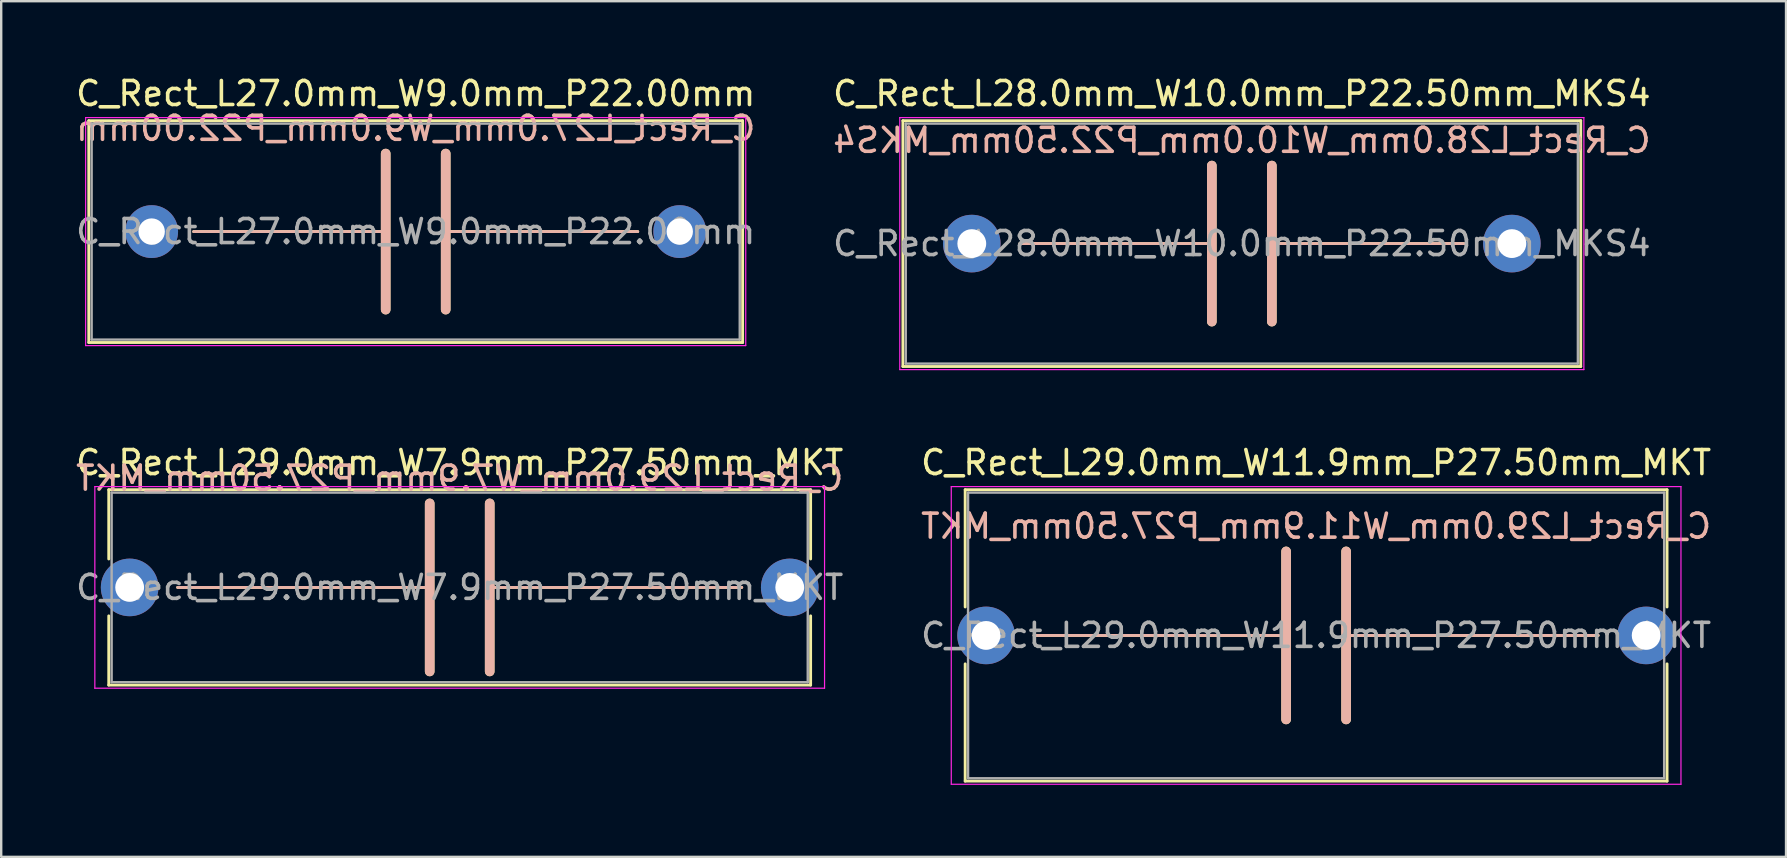
<source format=kicad_pcb>
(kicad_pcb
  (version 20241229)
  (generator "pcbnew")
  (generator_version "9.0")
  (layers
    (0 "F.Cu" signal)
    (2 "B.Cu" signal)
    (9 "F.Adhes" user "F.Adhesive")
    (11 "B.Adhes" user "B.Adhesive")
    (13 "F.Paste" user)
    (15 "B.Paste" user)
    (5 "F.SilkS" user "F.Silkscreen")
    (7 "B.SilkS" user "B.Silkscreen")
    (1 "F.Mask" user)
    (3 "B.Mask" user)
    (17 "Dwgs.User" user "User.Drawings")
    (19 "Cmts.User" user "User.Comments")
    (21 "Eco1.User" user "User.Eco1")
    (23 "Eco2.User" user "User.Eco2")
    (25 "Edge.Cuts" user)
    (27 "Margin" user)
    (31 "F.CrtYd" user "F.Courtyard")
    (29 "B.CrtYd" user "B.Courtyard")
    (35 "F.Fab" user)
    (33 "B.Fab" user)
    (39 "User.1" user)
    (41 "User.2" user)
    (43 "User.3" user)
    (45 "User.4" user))
  (footprint "C_Rect_L28.0mm_W10.0mm_P22.50mm_MKS4"
    (layer "F.Cu")
    (at 37.435 7.098)
    (property "Reference" "C_Rect_L28.0mm_W10.0mm_P22.50mm_MKS4" (at 11.25 -6.25 0) (layer "F.SilkS") (effects (font (size 1 1) (thickness 0.15))))
    (fp_line (start -2.87 -5.12) (end -2.87 5.12) (stroke (width 0.12) (type solid)) (layer "F.SilkS"))
    (fp_line (start -2.87 -5.12) (end 25.37 -5.12) (stroke (width 0.12) (type solid)) (layer "F.SilkS"))
    (fp_line (start -2.87 5.12) (end 25.37 5.12) (stroke (width 0.12) (type solid)) (layer "F.SilkS"))
    (fp_line (start 2 0) (end 10 0) (stroke (width 0.12) (type solid)) (layer "F.SilkS"))
    (fp_line (start 10 -3.25) (end 10 3.25) (stroke (width 0.4) (type solid)) (layer "F.SilkS"))
    (fp_line (start 12.5 -3.25) (end 12.5 3.25) (stroke (width 0.4) (type solid)) (layer "F.SilkS"))
    (fp_line (start 12.5 0) (end 20.5 0) (stroke (width 0.12) (type solid)) (layer "F.SilkS"))
    (fp_line (start 25.37 -5.12) (end 25.37 5.12) (stroke (width 0.12) (type solid)) (layer "F.SilkS"))
    (fp_line (start 2 0) (end 10 0) (stroke (width 0.12) (type solid)) (layer "B.SilkS"))
    (fp_line (start 10 3.25) (end 10 -3.25) (stroke (width 0.4) (type solid)) (layer "B.SilkS"))
    (fp_line (start 12.5 0) (end 20.5 0) (stroke (width 0.12) (type solid)) (layer "B.SilkS"))
    (fp_line (start 12.5 3.25) (end 12.5 -3.25) (stroke (width 0.4) (type solid)) (layer "B.SilkS"))
    (fp_line (start -3 -5.25) (end -3 5.25) (stroke (width 0.05) (type solid)) (layer "F.CrtYd"))
    (fp_line (start -3 5.25) (end 25.5 5.25) (stroke (width 0.05) (type solid)) (layer "F.CrtYd"))
    (fp_line (start 25.5 -5.25) (end -3 -5.25) (stroke (width 0.05) (type solid)) (layer "F.CrtYd"))
    (fp_line (start 25.5 5.25) (end 25.5 -5.25) (stroke (width 0.05) (type solid)) (layer "F.CrtYd"))
    (fp_line (start -2.75 -5) (end -2.75 5) (stroke (width 0.1) (type solid)) (layer "F.Fab"))
    (fp_line (start -2.75 5) (end 25.25 5) (stroke (width 0.1) (type solid)) (layer "F.Fab"))
    (fp_line (start 25.25 -5) (end -2.75 -5) (stroke (width 0.1) (type solid)) (layer "F.Fab"))
    (fp_line (start 25.25 5) (end 25.25 -5) (stroke (width 0.1) (type solid)) (layer "F.Fab"))
    (fp_text user "${REFERENCE}" (at 11.25 -4.3 0) (layer "B.SilkS") (effects (font (size 1 1) (thickness 0.15)) (justify mirror)))
    (fp_text user "${REFERENCE}" (at 11.25 0 0) (layer "F.Fab") (effects (font (size 1 1) (thickness 0.15))))
    (pad "1" thru_hole circle (at 0 0) (size 2.4 2.4) (drill 1.2) (layers "*.Cu" "*.Mask"))
    (pad "2" thru_hole circle (at 22.5 0) (size 2.4 2.4) (drill 1.2) (layers "*.Cu" "*.Mask")))
  (footprint "C_Rect_L27.0mm_W9.0mm_P22.00mm"
    (layer "F.Cu")
    (at 3.268 6.598)
    (property "Reference" "C_Rect_L27.0mm_W9.0mm_P22.00mm" (at 11 -5.75 0) (layer "F.SilkS") (effects (font (size 1 1) (thickness 0.15))))
    (fp_line (start -2.62 -4.62) (end -2.62 4.62) (stroke (width 0.12) (type solid)) (layer "F.SilkS"))
    (fp_line (start -2.62 -4.62) (end 24.62 -4.62) (stroke (width 0.12) (type solid)) (layer "F.SilkS"))
    (fp_line (start -2.62 4.62) (end 24.62 4.62) (stroke (width 0.12) (type solid)) (layer "F.SilkS"))
    (fp_line (start 1.75 0) (end 9.75 0) (stroke (width 0.12) (type solid)) (layer "F.SilkS"))
    (fp_line (start 9.75 -3.25) (end 9.75 3.25) (stroke (width 0.4) (type solid)) (layer "F.SilkS"))
    (fp_line (start 12.25 -3.25) (end 12.25 3.25) (stroke (width 0.4) (type solid)) (layer "F.SilkS"))
    (fp_line (start 12.25 0) (end 20.25 0) (stroke (width 0.12) (type solid)) (layer "F.SilkS"))
    (fp_line (start 24.62 -4.62) (end 24.62 4.62) (stroke (width 0.12) (type solid)) (layer "F.SilkS"))
    (fp_line (start 1.75 0) (end 9.75 0) (stroke (width 0.12) (type solid)) (layer "B.SilkS"))
    (fp_line (start 9.75 3.25) (end 9.75 -3.25) (stroke (width 0.4) (type solid)) (layer "B.SilkS"))
    (fp_line (start 12.25 0) (end 20.25 0) (stroke (width 0.12) (type solid)) (layer "B.SilkS"))
    (fp_line (start 12.25 3.25) (end 12.25 -3.25) (stroke (width 0.4) (type solid)) (layer "B.SilkS"))
    (fp_line (start -2.75 -4.75) (end -2.75 4.75) (stroke (width 0.05) (type solid)) (layer "F.CrtYd"))
    (fp_line (start -2.75 4.75) (end 24.75 4.75) (stroke (width 0.05) (type solid)) (layer "F.CrtYd"))
    (fp_line (start 24.75 -4.75) (end -2.75 -4.75) (stroke (width 0.05) (type solid)) (layer "F.CrtYd"))
    (fp_line (start 24.75 4.75) (end 24.75 -4.75) (stroke (width 0.05) (type solid)) (layer "F.CrtYd"))
    (fp_line (start -2.5 -4.5) (end -2.5 4.5) (stroke (width 0.1) (type solid)) (layer "F.Fab"))
    (fp_line (start -2.5 4.5) (end 24.5 4.5) (stroke (width 0.1) (type solid)) (layer "F.Fab"))
    (fp_line (start 24.5 -4.5) (end -2.5 -4.5) (stroke (width 0.1) (type solid)) (layer "F.Fab"))
    (fp_line (start 24.5 4.5) (end 24.5 -4.5) (stroke (width 0.1) (type solid)) (layer "F.Fab"))
    (fp_text user "${REFERENCE}" (at 11 -4.3 0) (layer "B.SilkS") (effects (font (size 1 1) (thickness 0.15)) (justify mirror)))
    (fp_text user "${REFERENCE}" (at 11 0 0) (layer "F.Fab") (effects (font (size 1 1) (thickness 0.15))))
    (pad "1" thru_hole circle (at 0 0) (size 2.2 2.2) (drill 1.1) (layers "*.Cu" "*.Mask"))
    (pad "2" thru_hole circle (at 22 0) (size 2.2 2.2) (drill 1.1) (layers "*.Cu" "*.Mask")))
  (footprint "C_Rect_L29.0mm_W11.9mm_P27.50mm_MKT"
    (layer "F.Cu")
    (at 38.03 23.422)
    (property "Reference" "C_Rect_L29.0mm_W11.9mm_P27.50mm_MKT" (at 13.75 -7.2 0) (layer "F.SilkS") (effects (font (size 1 1) (thickness 0.15))))
    (fp_line (start -0.87 -6.07) (end -0.87 -1.185) (stroke (width 0.12) (type solid)) (layer "F.SilkS"))
    (fp_line (start -0.87 -6.07) (end 28.37 -6.07) (stroke (width 0.12) (type solid)) (layer "F.SilkS"))
    (fp_line (start -0.87 1.185) (end -0.87 6.07) (stroke (width 0.12) (type solid)) (layer "F.SilkS"))
    (fp_line (start -0.87 6.07) (end 28.37 6.07) (stroke (width 0.12) (type solid)) (layer "F.SilkS"))
    (fp_line (start 2 0) (end 12.5 0) (stroke (width 0.12) (type solid)) (layer "F.SilkS"))
    (fp_line (start 12.5 -3.5) (end 12.5 3.5) (stroke (width 0.4) (type solid)) (layer "F.SilkS"))
    (fp_line (start 15 -3.5) (end 15 3.5) (stroke (width 0.4) (type solid)) (layer "F.SilkS"))
    (fp_line (start 15 0) (end 25.5 0) (stroke (width 0.12) (type solid)) (layer "F.SilkS"))
    (fp_line (start 28.37 -6.07) (end 28.37 -1.185) (stroke (width 0.12) (type solid)) (layer "F.SilkS"))
    (fp_line (start 28.37 1.185) (end 28.37 6.07) (stroke (width 0.12) (type solid)) (layer "F.SilkS"))
    (fp_line (start 2 0) (end 12.5 0) (stroke (width 0.12) (type solid)) (layer "B.SilkS"))
    (fp_line (start 12.5 3.5) (end 12.5 -3.5) (stroke (width 0.4) (type solid)) (layer "B.SilkS"))
    (fp_line (start 15 0) (end 25.5 0) (stroke (width 0.12) (type solid)) (layer "B.SilkS"))
    (fp_line (start 15 3.5) (end 15 -3.5) (stroke (width 0.4) (type solid)) (layer "B.SilkS"))
    (fp_line (start -1.45 -6.2) (end -1.45 6.2) (stroke (width 0.05) (type solid)) (layer "F.CrtYd"))
    (fp_line (start -1.45 6.2) (end 28.95 6.2) (stroke (width 0.05) (type solid)) (layer "F.CrtYd"))
    (fp_line (start 28.95 -6.2) (end -1.45 -6.2) (stroke (width 0.05) (type solid)) (layer "F.CrtYd"))
    (fp_line (start 28.95 6.2) (end 28.95 -6.2) (stroke (width 0.05) (type solid)) (layer "F.CrtYd"))
    (fp_line (start -0.75 -5.95) (end -0.75 5.95) (stroke (width 0.1) (type solid)) (layer "F.Fab"))
    (fp_line (start -0.75 5.95) (end 28.25 5.95) (stroke (width 0.1) (type solid)) (layer "F.Fab"))
    (fp_line (start 28.25 -5.95) (end -0.75 -5.95) (stroke (width 0.1) (type solid)) (layer "F.Fab"))
    (fp_line (start 28.25 5.95) (end 28.25 -5.95) (stroke (width 0.1) (type solid)) (layer "F.Fab"))
    (fp_text user "${REFERENCE}" (at 13.75 -4.55 0) (layer "B.SilkS") (effects (font (size 1 1) (thickness 0.15)) (justify mirror)))
    (fp_text user "${REFERENCE}" (at 13.75 0 0) (layer "F.Fab") (effects (font (size 1 1) (thickness 0.15))))
    (pad "1" thru_hole circle (at 0 0) (size 2.4 2.4) (drill 1.2) (layers "*.Cu" "*.Mask"))
    (pad "2" thru_hole circle (at 27.5 0) (size 2.4 2.4) (drill 1.2) (layers "*.Cu" "*.Mask")))
  (footprint "C_Rect_L29.0mm_W7.9mm_P27.50mm_MKT"
    (layer "F.Cu")
    (at 2.351 21.422)
    (property "Reference" "C_Rect_L29.0mm_W7.9mm_P27.50mm_MKT" (at 13.75 -5.2 0) (layer "F.SilkS") (effects (font (size 1 1) (thickness 0.15))))
    (fp_line (start -0.87 -4.07) (end -0.87 -1.185) (stroke (width 0.12) (type solid)) (layer "F.SilkS"))
    (fp_line (start -0.87 -4.07) (end 28.37 -4.07) (stroke (width 0.12) (type solid)) (layer "F.SilkS"))
    (fp_line (start -0.87 1.185) (end -0.87 4.07) (stroke (width 0.12) (type solid)) (layer "F.SilkS"))
    (fp_line (start -0.87 4.07) (end 28.37 4.07) (stroke (width 0.12) (type solid)) (layer "F.SilkS"))
    (fp_line (start 2 0) (end 12.5 0) (stroke (width 0.12) (type solid)) (layer "F.SilkS"))
    (fp_line (start 12.5 -3.5) (end 12.5 3.5) (stroke (width 0.4) (type solid)) (layer "F.SilkS"))
    (fp_line (start 15 -3.5) (end 15 3.5) (stroke (width 0.4) (type solid)) (layer "F.SilkS"))
    (fp_line (start 15 0) (end 25.5 0) (stroke (width 0.12) (type solid)) (layer "F.SilkS"))
    (fp_line (start 28.37 -4.07) (end 28.37 -1.185) (stroke (width 0.12) (type solid)) (layer "F.SilkS"))
    (fp_line (start 28.37 1.185) (end 28.37 4.07) (stroke (width 0.12) (type solid)) (layer "F.SilkS"))
    (fp_line (start 2 0) (end 12.5 0) (stroke (width 0.12) (type solid)) (layer "B.SilkS"))
    (fp_line (start 12.5 3.5) (end 12.5 -3.5) (stroke (width 0.4) (type solid)) (layer "B.SilkS"))
    (fp_line (start 15 0) (end 25.5 0) (stroke (width 0.12) (type solid)) (layer "B.SilkS"))
    (fp_line (start 15 3.5) (end 15 -3.5) (stroke (width 0.4) (type solid)) (layer "B.SilkS"))
    (fp_line (start -1.45 -4.2) (end -1.45 4.2) (stroke (width 0.05) (type solid)) (layer "F.CrtYd"))
    (fp_line (start -1.45 4.2) (end 28.95 4.2) (stroke (width 0.05) (type solid)) (layer "F.CrtYd"))
    (fp_line (start 28.95 -4.2) (end -1.45 -4.2) (stroke (width 0.05) (type solid)) (layer "F.CrtYd"))
    (fp_line (start 28.95 4.2) (end 28.95 -4.2) (stroke (width 0.05) (type solid)) (layer "F.CrtYd"))
    (fp_line (start -0.75 -3.95) (end -0.75 3.95) (stroke (width 0.1) (type solid)) (layer "F.Fab"))
    (fp_line (start -0.75 3.95) (end 28.25 3.95) (stroke (width 0.1) (type solid)) (layer "F.Fab"))
    (fp_line (start 28.25 -3.95) (end -0.75 -3.95) (stroke (width 0.1) (type solid)) (layer "F.Fab"))
    (fp_line (start 28.25 3.95) (end 28.25 -3.95) (stroke (width 0.1) (type solid)) (layer "F.Fab"))
    (fp_text user "${REFERENCE}" (at 13.75 -4.55 0) (layer "B.SilkS") (effects (font (size 1 1) (thickness 0.15)) (justify mirror)))
    (fp_text user "${REFERENCE}" (at 13.75 0 0) (layer "F.Fab") (effects (font (size 1 1) (thickness 0.15))))
    (pad "1" thru_hole circle (at 0 0) (size 2.4 2.4) (drill 1.2) (layers "*.Cu" "*.Mask"))
    (pad "2" thru_hole circle (at 27.5 0) (size 2.4 2.4) (drill 1.2) (layers "*.Cu" "*.Mask")))
  (gr_rect
    (start -3 -3)
    (end 71.357 32.647)
    (stroke (width 0.1) (type default))
    (fill no)
    (layer "Edge.Cuts")))
</source>
